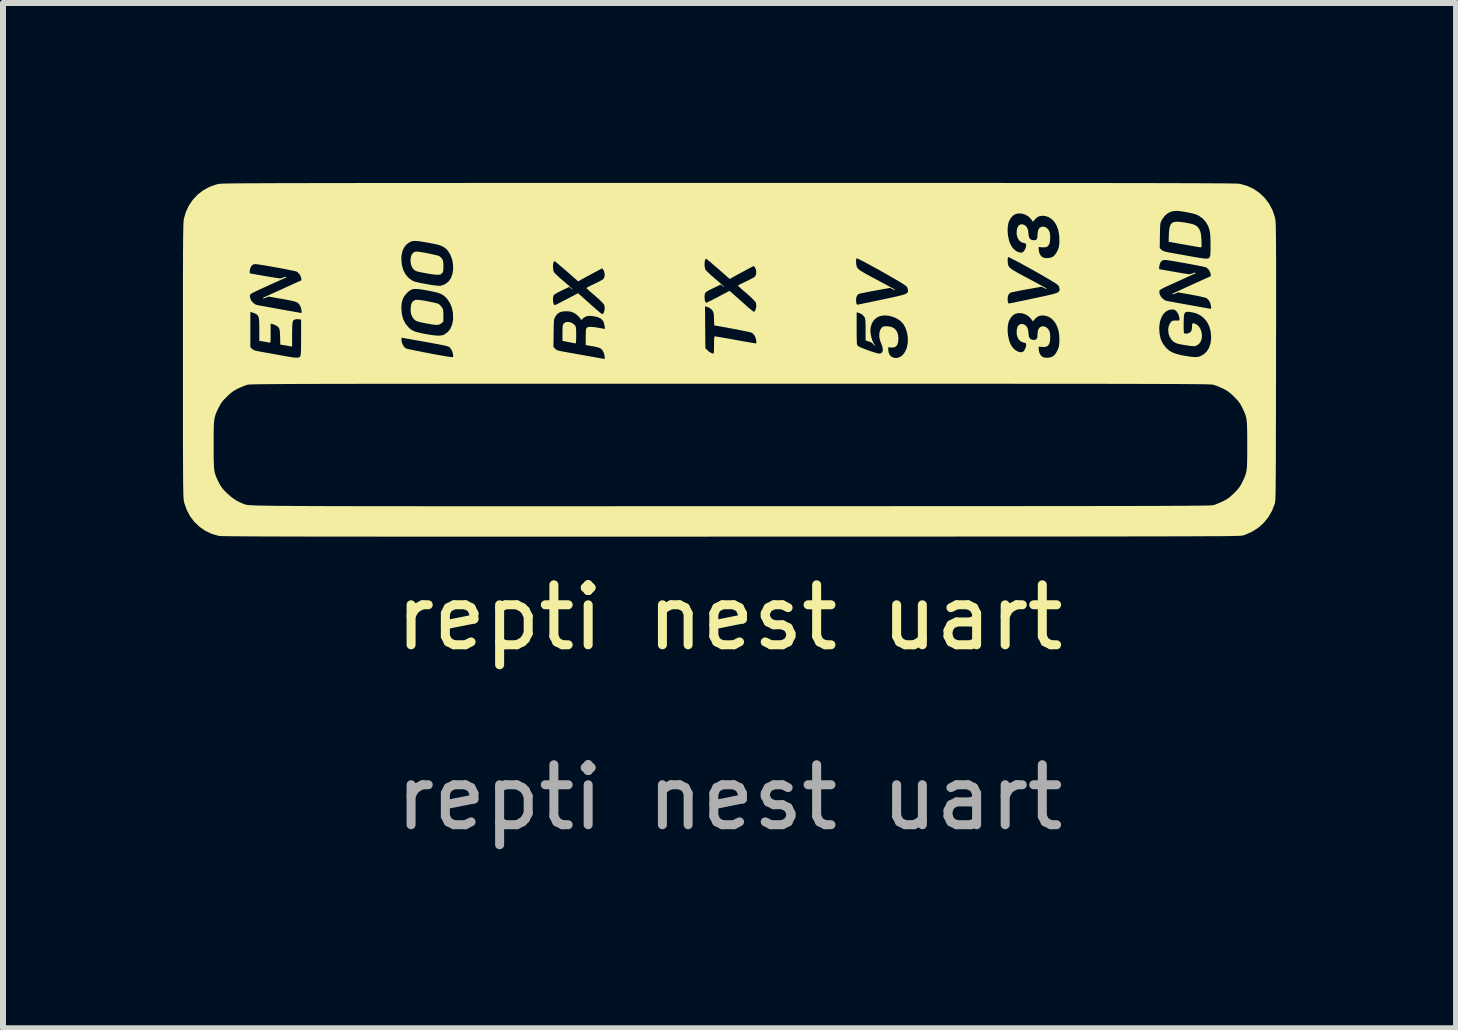
<source format=kicad_pcb>
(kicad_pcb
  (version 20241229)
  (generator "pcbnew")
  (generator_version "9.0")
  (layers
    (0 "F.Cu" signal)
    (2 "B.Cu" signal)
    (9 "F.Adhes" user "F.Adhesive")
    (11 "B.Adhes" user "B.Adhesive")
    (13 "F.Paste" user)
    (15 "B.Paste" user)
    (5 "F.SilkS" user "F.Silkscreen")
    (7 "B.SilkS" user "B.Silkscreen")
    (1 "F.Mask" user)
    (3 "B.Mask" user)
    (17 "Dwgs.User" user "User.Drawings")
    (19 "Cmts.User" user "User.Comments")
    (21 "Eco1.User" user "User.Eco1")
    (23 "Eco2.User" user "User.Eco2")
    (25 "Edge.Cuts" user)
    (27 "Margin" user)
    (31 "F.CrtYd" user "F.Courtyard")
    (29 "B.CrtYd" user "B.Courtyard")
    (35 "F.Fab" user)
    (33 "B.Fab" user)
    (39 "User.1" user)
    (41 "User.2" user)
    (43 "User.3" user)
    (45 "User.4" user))
  (footprint "repti nest uart"
    (layer "F.Cu")
    (at 9.113 7.745)
    (property "Reference" "repti nest uart" (at 0 -0.5 0) (unlocked yes) (layer "F.SilkS") (effects (font (size 1 1) (thickness 0.15))))
    (attr smd)
    (fp_poly (pts (xy -2.659 -5.423) (xy -2.619 -5.406) (xy -2.584 -5.379) (xy -2.578 -5.371) (xy -2.569 -5.359) (xy -2.564 -5.344) (xy -2.56 -5.323) (xy -2.558 -5.293) (xy -2.557 -5.25) (xy -2.557 -5.207) (xy -2.557 -5.157) (xy -2.559 -5.115) (xy -2.561 -5.085) (xy -2.563 -5.071) (xy -2.564 -5.07) (xy -2.577 -5.072) (xy -2.604 -5.077) (xy -2.643 -5.084) (xy -2.679 -5.091) (xy -2.786 -5.112) (xy -2.786 -5.243) (xy -2.785 -5.298) (xy -2.784 -5.336) (xy -2.782 -5.362) (xy -2.777 -5.38) (xy -2.77 -5.394) (xy -2.765 -5.401) (xy -2.737 -5.421) (xy -2.7 -5.428)) (stroke (width 0) (type solid)) (fill yes) (layer "F.SilkS"))
    (fp_poly (pts (xy 7.519 -7.095) (xy 7.597 -7.084) (xy 7.623 -7.079) (xy 7.684 -7.067) (xy 7.729 -7.055) (xy 7.762 -7.041) (xy 7.788 -7.025) (xy 7.807 -7.007) (xy 7.83 -6.977) (xy 7.847 -6.941) (xy 7.858 -6.895) (xy 7.865 -6.836) (xy 7.868 -6.787) (xy 7.869 -6.738) (xy 7.87 -6.704) (xy 7.868 -6.685) (xy 7.865 -6.675) (xy 7.858 -6.671) (xy 7.854 -6.671) (xy 7.839 -6.673) (xy 7.808 -6.678) (xy 7.762 -6.686) (xy 7.706 -6.696) (xy 7.641 -6.707) (xy 7.578 -6.718) (xy 7.321 -6.764) (xy 7.324 -6.884) (xy 7.329 -6.954) (xy 7.337 -7.009) (xy 7.353 -7.05) (xy 7.377 -7.078) (xy 7.411 -7.094) (xy 7.458 -7.099)) (stroke (width 0) (type solid)) (fill yes) (layer "F.SilkS"))
    (fp_poly (pts (xy -5.176 -5.794) (xy -5.134 -5.789) (xy -5.084 -5.781) (xy -5.03 -5.771) (xy -4.976 -5.76) (xy -4.926 -5.75) (xy -4.886 -5.74) (xy -4.859 -5.732) (xy -4.854 -5.73) (xy -4.831 -5.712) (xy -4.807 -5.686) (xy -4.798 -5.673) (xy -4.785 -5.653) (xy -4.777 -5.633) (xy -4.773 -5.61) (xy -4.771 -5.577) (xy -4.771 -5.534) (xy -4.771 -5.435) (xy -4.803 -5.406) (xy -4.821 -5.393) (xy -4.84 -5.384) (xy -4.865 -5.379) (xy -4.897 -5.379) (xy -4.939 -5.383) (xy -4.996 -5.392) (xy -5.068 -5.405) (xy -5.071 -5.406) (xy -5.137 -5.419) (xy -5.186 -5.431) (xy -5.222 -5.444) (xy -5.248 -5.46) (xy -5.268 -5.481) (xy -5.285 -5.507) (xy -5.293 -5.522) (xy -5.308 -5.557) (xy -5.315 -5.592) (xy -5.317 -5.636) (xy -5.317 -5.641) (xy -5.312 -5.703) (xy -5.296 -5.749) (xy -5.27 -5.78) (xy -5.232 -5.795) (xy -5.204 -5.797)) (stroke (width 0) (type solid)) (fill yes) (layer "F.SilkS"))
    (fp_poly (pts (xy -5.193 -6.599) (xy -5.152 -6.593) (xy -5.102 -6.585) (xy -5.047 -6.575) (xy -4.991 -6.564) (xy -4.938 -6.552) (xy -4.892 -6.541) (xy -4.857 -6.532) (xy -4.837 -6.524) (xy -4.836 -6.523) (xy -4.807 -6.498) (xy -4.788 -6.473) (xy -4.776 -6.442) (xy -4.771 -6.399) (xy -4.771 -6.357) (xy -4.771 -6.312) (xy -4.773 -6.283) (xy -4.778 -6.263) (xy -4.786 -6.249) (xy -4.795 -6.238) (xy -4.812 -6.223) (xy -4.832 -6.216) (xy -4.862 -6.214) (xy -4.874 -6.214) (xy -4.906 -6.216) (xy -4.951 -6.221) (xy -5.004 -6.229) (xy -5.058 -6.238) (xy -5.059 -6.239) (xy -5.11 -6.248) (xy -5.157 -6.258) (xy -5.195 -6.267) (xy -5.219 -6.273) (xy -5.22 -6.273) (xy -5.257 -6.294) (xy -5.285 -6.326) (xy -5.305 -6.367) (xy -5.316 -6.412) (xy -5.319 -6.46) (xy -5.314 -6.505) (xy -5.301 -6.545) (xy -5.279 -6.577) (xy -5.249 -6.596) (xy -5.222 -6.601)) (stroke (width 0) (type solid)) (fill yes) (layer "F.SilkS"))
    (fp_poly (pts (xy 0.495 -7.745) (xy 0.97 -7.745) (xy 1.427 -7.745) (xy 1.864 -7.745) (xy 2.283 -7.745) (xy 2.685 -7.745) (xy 3.068 -7.745) (xy 3.435 -7.745) (xy 3.785 -7.745) (xy 4.118 -7.745) (xy 4.435 -7.745) (xy 4.737 -7.744) (xy 5.024 -7.744) (xy 5.296 -7.744) (xy 5.553 -7.744) (xy 5.797 -7.744) (xy 6.026 -7.744) (xy 6.243 -7.744) (xy 6.446 -7.743) (xy 6.638 -7.743) (xy 6.817 -7.743) (xy 6.984 -7.743) (xy 7.14 -7.742) (xy 7.286 -7.742) (xy 7.42 -7.742) (xy 7.545 -7.741) (xy 7.66 -7.741) (xy 7.765 -7.741) (xy 7.862 -7.74) (xy 7.95 -7.74) (xy 8.03 -7.739) (xy 8.102 -7.739) (xy 8.167 -7.738) (xy 8.225 -7.738) (xy 8.276 -7.737) (xy 8.321 -7.737) (xy 8.36 -7.736) (xy 8.394 -7.735) (xy 8.423 -7.735) (xy 8.447 -7.734) (xy 8.467 -7.733) (xy 8.483 -7.732) (xy 8.496 -7.731) (xy 8.505 -7.731) (xy 8.512 -7.73) (xy 8.514 -7.729) (xy 8.63 -7.696) (xy 8.738 -7.645) (xy 8.834 -7.579) (xy 8.919 -7.499) (xy 8.99 -7.407) (xy 9.047 -7.303) (xy 9.087 -7.191) (xy 9.098 -7.143) (xy 9.1 -7.133) (xy 9.101 -7.12) (xy 9.103 -7.104) (xy 9.104 -7.084) (xy 9.105 -7.06) (xy 9.107 -7.03) (xy 9.108 -6.993) (xy 9.108 -6.949) (xy 9.109 -6.898) (xy 9.11 -6.837) (xy 9.11 -6.768) (xy 9.111 -6.688) (xy 9.111 -6.597) (xy 9.112 -6.494) (xy 9.112 -6.379) (xy 9.112 -6.251) (xy 9.112 -6.108) (xy 9.112 -5.951) (xy 9.112 -5.778) (xy 9.112 -5.589) (xy 9.112 -5.383) (xy 9.111 -5.159) (xy 9.111 -4.916) (xy 9.111 -4.76) (xy 9.111 -4.507) (xy 9.11 -4.273) (xy 9.11 -4.058) (xy 9.11 -3.86) (xy 9.109 -3.679) (xy 9.109 -3.514) (xy 9.109 -3.364) (xy 9.108 -3.229) (xy 9.108 -3.107) (xy 9.107 -2.999) (xy 9.107 -2.902) (xy 9.106 -2.817) (xy 9.105 -2.743) (xy 9.105 -2.678) (xy 9.104 -2.623) (xy 9.103 -2.576) (xy 9.102 -2.536) (xy 9.101 -2.503) (xy 9.1 -2.476) (xy 9.098 -2.454) (xy 9.097 -2.437) (xy 9.095 -2.424) (xy 9.094 -2.413) (xy 9.092 -2.404) (xy 9.09 -2.397) (xy 9.045 -2.28) (xy 8.983 -2.173) (xy 8.907 -2.079) (xy 8.817 -1.998) (xy 8.714 -1.932) (xy 8.6 -1.881) (xy 8.561 -1.868) (xy 8.557 -1.867) (xy 8.552 -1.866) (xy 8.546 -1.865) (xy 8.537 -1.864) (xy 8.527 -1.863) (xy 8.514 -1.863) (xy 8.497 -1.862) (xy 8.478 -1.861) (xy 8.454 -1.86) (xy 8.426 -1.86) (xy 8.394 -1.859) (xy 8.357 -1.858) (xy 8.314 -1.858) (xy 8.265 -1.857) (xy 8.21 -1.856) (xy 8.149 -1.856) (xy 8.08 -1.855) (xy 8.004 -1.855) (xy 7.921 -1.855) (xy 7.829 -1.854) (xy 7.729 -1.854) (xy 7.619 -1.853) (xy 7.501 -1.853) (xy 7.372 -1.853) (xy 7.233 -1.852) (xy 7.084 -1.852) (xy 6.924 -1.852) (xy 6.752 -1.852) (xy 6.569 -1.851) (xy 6.374 -1.851) (xy 6.166 -1.851) (xy 5.945 -1.851) (xy 5.711 -1.85) (xy 5.463 -1.85) (xy 5.201 -1.85) (xy 4.924 -1.85) (xy 4.633 -1.85) (xy 4.326 -1.85) (xy 4.003 -1.85) (xy 3.665 -1.849) (xy 3.31 -1.849) (xy 2.938 -1.849) (xy 2.548 -1.849) (xy 2.142 -1.849) (xy 1.717 -1.849) (xy 1.273 -1.849) (xy 0.811 -1.849) (xy 0.329 -1.849) (xy 0.025 -1.849) (xy -0.473 -1.848) (xy -0.951 -1.848) (xy -1.411 -1.848) (xy -1.851 -1.848) (xy -2.273 -1.848) (xy -2.677 -1.848) (xy -3.064 -1.848) (xy -3.433 -1.848) (xy -3.786 -1.848) (xy -4.122 -1.848) (xy -4.442 -1.848) (xy -4.746 -1.848) (xy -5.035 -1.848) (xy -5.31 -1.848) (xy -5.569 -1.848) (xy -5.815 -1.848) (xy -6.047 -1.849) (xy -6.265 -1.849) (xy -6.471 -1.849) (xy -6.664 -1.849) (xy -6.845 -1.849) (xy -7.013 -1.849) (xy -7.171 -1.85) (xy -7.317 -1.85) (xy -7.453 -1.85) (xy -7.579 -1.851) (xy -7.694 -1.851) (xy -7.801 -1.851) (xy -7.898 -1.852) (xy -7.986 -1.852) (xy -8.066 -1.853) (xy -8.138 -1.853) (xy -8.202 -1.854) (xy -8.259 -1.854) (xy -8.31 -1.855) (xy -8.354 -1.855) (xy -8.392 -1.856) (xy -8.424 -1.857) (xy -8.451 -1.857) (xy -8.473 -1.858) (xy -8.491 -1.859) (xy -8.504 -1.86) (xy -8.514 -1.861) (xy -8.52 -1.861) (xy -8.521 -1.862) (xy -8.637 -1.896) (xy -8.743 -1.947) (xy -8.839 -2.014) (xy -8.923 -2.095) (xy -8.994 -2.188) (xy -9.049 -2.292) (xy -9.089 -2.405) (xy -9.098 -2.444) (xy -9.099 -2.454) (xy -9.101 -2.467) (xy -9.102 -2.483) (xy -9.104 -2.504) (xy -9.105 -2.53) (xy -9.106 -2.561) (xy -9.107 -2.599) (xy -9.108 -2.645) (xy -9.109 -2.699) (xy -9.11 -2.762) (xy -9.11 -2.834) (xy -9.111 -2.917) (xy -9.111 -3.011) (xy -9.112 -3.117) (xy -9.112 -3.236) (xy -9.113 -3.369) (xy -9.113 -3.377) (xy -8.601 -3.377) (xy -8.601 -3.271) (xy -8.601 -3.182) (xy -8.599 -3.108) (xy -8.597 -3.047) (xy -8.594 -2.996) (xy -8.589 -2.954) (xy -8.583 -2.917) (xy -8.574 -2.884) (xy -8.562 -2.852) (xy -8.548 -2.819) (xy -8.531 -2.783) (xy -8.52 -2.76) (xy -8.497 -2.716) (xy -8.475 -2.68) (xy -8.45 -2.646) (xy -8.417 -2.61) (xy -8.383 -2.576) (xy -8.305 -2.507) (xy -8.227 -2.453) (xy -8.143 -2.41) (xy -8.107 -2.396) (xy -8.1 -2.394) (xy -8.094 -2.391) (xy -8.089 -2.389) (xy -8.083 -2.387) (xy -8.077 -2.385) (xy -8.07 -2.383) (xy -8.062 -2.381) (xy -8.052 -2.379) (xy -8.039 -2.377) (xy -8.025 -2.375) (xy -8.007 -2.374) (xy -7.986 -2.372) (xy -7.961 -2.371) (xy -7.932 -2.37) (xy -7.898 -2.368) (xy -7.86 -2.367) (xy -7.816 -2.366) (xy -7.766 -2.365) (xy -7.71 -2.364) (xy -7.647 -2.363) (xy -7.577 -2.362) (xy -7.5 -2.361) (xy -7.415 -2.361) (xy -7.322 -2.36) (xy -7.22 -2.359) (xy -7.109 -2.359) (xy -6.988 -2.358) (xy -6.857 -2.358) (xy -6.717 -2.357) (xy -6.565 -2.357) (xy -6.402 -2.357) (xy -6.228 -2.356) (xy -6.042 -2.356) (xy -5.844 -2.356) (xy -5.632 -2.356) (xy -5.408 -2.356) (xy -5.17 -2.355) (xy -4.918 -2.355) (xy -4.652 -2.355) (xy -4.37 -2.355) (xy -4.074 -2.355) (xy -3.762 -2.355) (xy -3.434 -2.355) (xy -3.089 -2.355) (xy -2.728 -2.355) (xy -2.349 -2.355) (xy -1.953 -2.355) (xy -1.539 -2.356) (xy -1.106 -2.356) (xy -0.654 -2.356) (xy -0.183 -2.356) (xy 0.045 -2.356) (xy 0.523 -2.356) (xy 0.983 -2.356) (xy 1.423 -2.356) (xy 1.844 -2.356) (xy 2.247 -2.356) (xy 2.632 -2.356) (xy 3 -2.357) (xy 3.351 -2.357) (xy 3.685 -2.357) (xy 4.003 -2.357) (xy 4.305 -2.357) (xy 4.591 -2.357) (xy 4.863 -2.357) (xy 5.12 -2.358) (xy 5.363 -2.358) (xy 5.592 -2.358) (xy 5.808 -2.358) (xy 6.01 -2.358) (xy 6.2 -2.359) (xy 6.378 -2.359) (xy 6.544 -2.359) (xy 6.699 -2.359) (xy 6.843 -2.36) (xy 6.977 -2.36) (xy 7.1 -2.36) (xy 7.213 -2.361) (xy 7.318 -2.361) (xy 7.413 -2.362) (xy 7.5 -2.362) (xy 7.579 -2.362) (xy 7.65 -2.363) (xy 7.714 -2.364) (xy 7.771 -2.364) (xy 7.821 -2.365) (xy 7.865 -2.365) (xy 7.904 -2.366) (xy 7.938 -2.367) (xy 7.967 -2.367) (xy 7.991 -2.368) (xy 8.011 -2.369) (xy 8.028 -2.37) (xy 8.042 -2.371) (xy 8.052 -2.372) (xy 8.061 -2.372) (xy 8.067 -2.373) (xy 8.072 -2.374) (xy 8.074 -2.375) (xy 8.109 -2.387) (xy 8.155 -2.406) (xy 8.204 -2.427) (xy 8.228 -2.439) (xy 8.273 -2.462) (xy 8.31 -2.485) (xy 8.345 -2.512) (xy 8.384 -2.547) (xy 8.413 -2.575) (xy 8.455 -2.618) (xy 8.486 -2.654) (xy 8.51 -2.687) (xy 8.532 -2.725) (xy 8.55 -2.76) (xy 8.569 -2.8) (xy 8.585 -2.835) (xy 8.598 -2.867) (xy 8.608 -2.899) (xy 8.616 -2.933) (xy 8.622 -2.972) (xy 8.626 -3.018) (xy 8.628 -3.073) (xy 8.63 -3.14) (xy 8.631 -3.22) (xy 8.631 -3.317) (xy 8.631 -3.377) (xy 8.631 -3.484) (xy 8.63 -3.573) (xy 8.629 -3.647) (xy 8.627 -3.708) (xy 8.624 -3.758) (xy 8.619 -3.801) (xy 8.612 -3.837) (xy 8.604 -3.87) (xy 8.592 -3.902) (xy 8.578 -3.935) (xy 8.561 -3.972) (xy 8.55 -3.994) (xy 8.527 -4.039) (xy 8.505 -4.075) (xy 8.479 -4.109) (xy 8.446 -4.145) (xy 8.413 -4.179) (xy 8.369 -4.222) (xy 8.332 -4.253) (xy 8.297 -4.278) (xy 8.257 -4.301) (xy 8.228 -4.316) (xy 8.18 -4.338) (xy 8.13 -4.359) (xy 8.086 -4.374) (xy 8.069 -4.38) (xy 8.064 -4.381) (xy 8.058 -4.382) (xy 8.051 -4.383) (xy 8.041 -4.384) (xy 8.028 -4.384) (xy 8.013 -4.385) (xy 7.994 -4.386) (xy 7.971 -4.387) (xy 7.944 -4.388) (xy 7.912 -4.388) (xy 7.876 -4.389) (xy 7.834 -4.39) (xy 7.786 -4.39) (xy 7.731 -4.391) (xy 7.67 -4.391) (xy 7.602 -4.392) (xy 7.527 -4.392) (xy 7.444 -4.393) (xy 7.352 -4.393) (xy 7.251 -4.393) (xy 7.142 -4.394) (xy 7.023 -4.394) (xy 6.894 -4.394) (xy 6.755 -4.395) (xy 6.604 -4.395) (xy 6.443 -4.395) (xy 6.27 -4.396) (xy 6.086 -4.396) (xy 5.889 -4.396) (xy 5.679 -4.396) (xy 5.456 -4.396) (xy 5.219 -4.396) (xy 4.968 -4.396) (xy 4.703 -4.397) (xy 4.423 -4.397) (xy 4.128 -4.397) (xy 3.817 -4.397) (xy 3.49 -4.397) (xy 3.147 -4.397) (xy 2.787 -4.397) (xy 2.41 -4.397) (xy 2.015 -4.397) (xy 1.602 -4.397) (xy 1.17 -4.397) (xy 0.719 -4.397) (xy 0.25 -4.397) (xy 0.015 -4.397) (xy -0.464 -4.397) (xy -0.924 -4.397) (xy -1.365 -4.397) (xy -1.787 -4.397) (xy -2.191 -4.397) (xy -2.576 -4.397) (xy -2.945 -4.397) (xy -3.296 -4.397) (xy -3.631 -4.397) (xy -3.949 -4.397) (xy -4.252 -4.397) (xy -4.539 -4.397) (xy -4.812 -4.397) (xy -5.069 -4.396) (xy -5.313 -4.396) (xy -5.542 -4.396) (xy -5.759 -4.396) (xy -5.962 -4.396) (xy -6.153 -4.396) (xy -6.331 -4.395) (xy -6.498 -4.395) (xy -6.653 -4.395) (xy -6.798 -4.395) (xy -6.932 -4.394) (xy -7.056 -4.394) (xy -7.17 -4.394) (xy -7.274 -4.393) (xy -7.37 -4.393) (xy -7.458 -4.392) (xy -7.537 -4.392) (xy -7.609 -4.391) (xy -7.673 -4.391) (xy -7.73 -4.39) (xy -7.781 -4.39) (xy -7.826 -4.389) (xy -7.865 -4.389) (xy -7.899 -4.388) (xy -7.929 -4.387) (xy -7.953 -4.386) (xy -7.974 -4.386) (xy -7.991 -4.385) (xy -8.005 -4.384) (xy -8.016 -4.383) (xy -8.025 -4.382) (xy -8.032 -4.381) (xy -8.037 -4.38) (xy -8.039 -4.38) (xy -8.077 -4.367) (xy -8.125 -4.349) (xy -8.174 -4.327) (xy -8.198 -4.316) (xy -8.243 -4.292) (xy -8.28 -4.269) (xy -8.315 -4.242) (xy -8.354 -4.207) (xy -8.383 -4.179) (xy -8.425 -4.136) (xy -8.456 -4.101) (xy -8.48 -4.067) (xy -8.502 -4.029) (xy -8.52 -3.994) (xy -8.539 -3.955) (xy -8.555 -3.92) (xy -8.568 -3.888) (xy -8.578 -3.855) (xy -8.586 -3.821) (xy -8.592 -3.782) (xy -8.596 -3.737) (xy -8.599 -3.682) (xy -8.6 -3.615) (xy -8.601 -3.535) (xy -8.601 -3.438) (xy -8.601 -3.377) (xy -9.113 -3.377) (xy -9.113 -3.516) (xy -9.113 -3.678) (xy -9.113 -3.856) (xy -9.113 -4.051) (xy -9.113 -4.263) (xy -9.113 -4.493) (xy -9.113 -4.742) (xy -9.113 -4.795) (xy -9.113 -5.048) (xy -9.113 -5.282) (xy -9.113 -5.498) (xy -9.113 -5.594) (xy -7.989 -5.594) (xy -7.989 -5.007) (xy -7.962 -4.98) (xy -7.944 -4.966) (xy -7.922 -4.955) (xy -7.89 -4.946) (xy -7.844 -4.936) (xy -7.84 -4.936) (xy -7.802 -4.929) (xy -7.749 -4.919) (xy -7.686 -4.908) (xy -7.615 -4.895) (xy -7.542 -4.882) (xy -7.507 -4.875) (xy -7.417 -4.859) (xy -7.345 -4.847) (xy -7.289 -4.838) (xy -7.246 -4.833) (xy -7.214 -4.832) (xy -7.191 -4.833) (xy -7.175 -4.838) (xy -7.164 -4.846) (xy -7.159 -4.852) (xy -7.154 -4.861) (xy -7.151 -4.875) (xy -7.148 -4.896) (xy -7.146 -4.926) (xy -7.145 -4.968) (xy -7.144 -5.024) (xy -7.144 -5.096) (xy -7.143 -5.131) (xy -5.47 -5.131) (xy -5.466 -5.093) (xy -5.45 -5.051) (xy -5.426 -5.013) (xy -5.398 -4.988) (xy -5.397 -4.987) (xy -5.382 -4.982) (xy -5.35 -4.974) (xy -5.304 -4.964) (xy -5.246 -4.952) (xy -5.179 -4.939) (xy -5.107 -4.924) (xy -5.031 -4.91) (xy -4.954 -4.895) (xy -4.879 -4.881) (xy -4.809 -4.869) (xy -4.746 -4.858) (xy -4.693 -4.849) (xy -4.653 -4.843) (xy -4.629 -4.841) (xy -4.627 -4.841) (xy -4.613 -4.842) (xy -4.607 -4.849) (xy -4.608 -4.868) (xy -4.61 -4.886) (xy -4.626 -4.945) (xy -4.656 -4.992) (xy -4.674 -5.009) (xy -2.936 -5.009) (xy -2.908 -4.981) (xy -2.891 -4.966) (xy -2.869 -4.955) (xy -2.838 -4.946) (xy -2.793 -4.937) (xy -2.786 -4.936) (xy -2.751 -4.929) (xy -2.701 -4.92) (xy -2.638 -4.909) (xy -2.565 -4.896) (xy -2.488 -4.882) (xy -2.408 -4.868) (xy -2.393 -4.865) (xy -2.318 -4.852) (xy -2.25 -4.84) (xy -2.19 -4.829) (xy -2.141 -4.82) (xy -2.107 -4.814) (xy -2.088 -4.811) (xy -2.086 -4.811) (xy -2.081 -4.819) (xy -2.081 -4.841) (xy -2.082 -4.853) (xy -2.094 -4.908) (xy -2.118 -4.954) (xy -2.149 -4.986) (xy -2.153 -4.988) (xy -2.176 -4.998) (xy -2.214 -5.008) (xy -2.26 -5.019) (xy -2.291 -5.024) (xy -2.398 -5.042) (xy -2.398 -5.176) (xy -2.397 -5.233) (xy -2.396 -5.273) (xy -2.393 -5.3) (xy -2.388 -5.317) (xy -2.382 -5.328) (xy -2.381 -5.329) (xy -2.364 -5.34) (xy -2.336 -5.346) (xy -2.295 -5.345) (xy -2.239 -5.339) (xy -2.175 -5.328) (xy -2.077 -5.311) (xy -2.083 -5.36) (xy -2.095 -5.415) (xy -2.117 -5.457) (xy -2.152 -5.487) (xy -2.202 -5.509) (xy -2.257 -5.521) (xy -2.317 -5.528) (xy -2.364 -5.527) (xy -2.4 -5.516) (xy -2.432 -5.496) (xy -2.444 -5.485) (xy -2.463 -5.468) (xy -2.475 -5.461) (xy -2.477 -5.463) (xy -2.485 -5.481) (xy -2.505 -5.506) (xy -2.532 -5.533) (xy -2.563 -5.559) (xy -2.593 -5.578) (xy -2.601 -5.582) (xy -2.638 -5.596) (xy -2.677 -5.604) (xy -2.726 -5.606) (xy -2.79 -5.601) (xy -2.839 -5.584) (xy -2.877 -5.555) (xy -2.905 -5.516) (xy -2.913 -5.501) (xy -2.919 -5.487) (xy -2.924 -5.47) (xy -2.927 -5.448) (xy -2.929 -5.418) (xy -2.931 -5.377) (xy -2.932 -5.322) (xy -2.933 -5.25) (xy -2.933 -5.24) (xy -2.936 -5.009) (xy -4.674 -5.009) (xy -4.676 -5.011) (xy -4.689 -5.017) (xy -4.714 -5.025) (xy -4.751 -5.034) (xy -4.802 -5.045) (xy -4.869 -5.058) (xy -4.952 -5.073) (xy -5.054 -5.092) (xy -5.084 -5.097) (xy -5.467 -5.165) (xy -5.47 -5.131) (xy -7.143 -5.131) (xy -7.143 -5.17) (xy -7.143 -5.465) (xy -7.173 -5.472) (xy -7.206 -5.474) (xy -7.233 -5.472) (xy -7.252 -5.466) (xy -7.266 -5.458) (xy -7.277 -5.445) (xy -7.284 -5.424) (xy -7.289 -5.392) (xy -7.291 -5.348) (xy -7.292 -5.289) (xy -7.293 -5.22) (xy -7.293 -5.017) (xy -7.325 -5.022) (xy -7.352 -5.027) (xy -7.39 -5.034) (xy -7.424 -5.039) (xy -7.49 -5.05) (xy -7.493 -5.177) (xy -7.495 -5.235) (xy -7.499 -5.277) (xy -7.504 -5.305) (xy -7.511 -5.324) (xy -7.513 -5.329) (xy -7.54 -5.355) (xy -7.581 -5.378) (xy -7.623 -5.392) (xy -7.651 -5.399) (xy -7.651 -5.238) (xy -7.651 -5.178) (xy -7.652 -5.135) (xy -7.653 -5.107) (xy -7.656 -5.091) (xy -7.66 -5.083) (xy -7.665 -5.082) (xy -7.668 -5.082) (xy -7.686 -5.086) (xy -7.717 -5.092) (xy -7.756 -5.099) (xy -7.763 -5.1) (xy -7.84 -5.112) (xy -7.84 -5.3) (xy -7.84 -5.374) (xy -7.842 -5.43) (xy -7.845 -5.473) (xy -7.851 -5.503) (xy -7.859 -5.526) (xy -7.871 -5.542) (xy -7.887 -5.555) (xy -7.892 -5.559) (xy -7.918 -5.572) (xy -7.95 -5.583) (xy -7.952 -5.584) (xy -7.989 -5.594) (xy -9.113 -5.594) (xy -9.113 -5.696) (xy -9.113 -5.877) (xy -9.113 -6.042) (xy -9.113 -6.192) (xy -9.113 -6.237) (xy -7.999 -6.237) (xy -7.758 -6.195) (xy -7.69 -6.183) (xy -7.628 -6.173) (xy -7.574 -6.164) (xy -7.531 -6.158) (xy -7.504 -6.154) (xy -7.494 -6.153) (xy -7.471 -6.157) (xy -7.442 -6.168) (xy -7.437 -6.17) (xy -7.413 -6.179) (xy -7.397 -6.18) (xy -7.395 -6.178) (xy -7.394 -6.168) (xy -7.397 -6.166) (xy -7.408 -6.161) (xy -7.435 -6.149) (xy -7.476 -6.131) (xy -7.528 -6.107) (xy -7.59 -6.08) (xy -7.658 -6.049) (xy -7.701 -6.029) (xy -7.781 -5.993) (xy -7.846 -5.963) (xy -7.896 -5.94) (xy -7.933 -5.922) (xy -7.96 -5.908) (xy -7.977 -5.897) (xy -7.988 -5.887) (xy -7.994 -5.879) (xy -7.997 -5.871) (xy -7.997 -5.866) (xy -7.992 -5.824) (xy -7.972 -5.782) (xy -7.941 -5.745) (xy -7.902 -5.718) (xy -7.877 -5.71) (xy -7.861 -5.706) (xy -7.829 -5.7) (xy -7.783 -5.692) (xy -7.727 -5.682) (xy -7.661 -5.67) (xy -7.59 -5.657) (xy -7.516 -5.644) (xy -7.442 -5.63) (xy -7.37 -5.617) (xy -7.303 -5.606) (xy -7.244 -5.595) (xy -7.196 -5.587) (xy -7.161 -5.58) (xy -7.142 -5.577) (xy -7.14 -5.577) (xy -7.135 -5.585) (xy -7.135 -5.607) (xy -7.136 -5.62) (xy -7.146 -5.663) (xy -5.472 -5.663) (xy -5.464 -5.562) (xy -5.441 -5.474) (xy -5.402 -5.398) (xy -5.353 -5.339) (xy -5.325 -5.313) (xy -5.298 -5.293) (xy -5.266 -5.276) (xy -5.228 -5.262) (xy -5.178 -5.249) (xy -5.115 -5.235) (xy -5.079 -5.228) (xy -4.988 -5.213) (xy -4.915 -5.203) (xy -4.856 -5.199) (xy -4.809 -5.202) (xy -4.773 -5.21) (xy -4.758 -5.217) (xy -4.7 -5.257) (xy -4.656 -5.312) (xy -4.626 -5.381) (xy -4.61 -5.462) (xy -4.609 -5.481) (xy -4.611 -5.577) (xy -4.63 -5.668) (xy -4.665 -5.749) (xy -4.703 -5.805) (xy -2.944 -5.805) (xy -2.942 -5.769) (xy -2.936 -5.738) (xy -2.926 -5.716) (xy -2.913 -5.707) (xy -2.911 -5.707) (xy -2.899 -5.713) (xy -2.873 -5.726) (xy -2.834 -5.745) (xy -2.786 -5.77) (xy -2.732 -5.798) (xy -2.713 -5.808) (xy -2.526 -5.906) (xy -2.464 -5.852) (xy -2.436 -5.826) (xy -2.397 -5.792) (xy -2.351 -5.751) (xy -2.302 -5.707) (xy -2.268 -5.677) (xy -2.225 -5.639) (xy -2.185 -5.605) (xy -2.153 -5.579) (xy -2.131 -5.562) (xy -2.121 -5.557) (xy -2.109 -5.565) (xy -2.096 -5.585) (xy -2.094 -5.591) (xy -2.08 -5.645) (xy -2.085 -5.688) (xy -0.409 -5.688) (xy -0.406 -5.339) (xy -0.403 -4.99) (xy -0.373 -4.959) (xy -0.342 -4.932) (xy -0.307 -4.911) (xy -0.277 -4.9) (xy -0.271 -4.9) (xy -0.266 -4.905) (xy -0.262 -4.922) (xy -0.26 -4.952) (xy -0.259 -4.999) (xy -0.259 -5.044) (xy -0.258 -5.104) (xy -0.257 -5.146) (xy -0.254 -5.172) (xy -0.25 -5.185) (xy -0.246 -5.188) (xy -0.234 -5.186) (xy -0.204 -5.181) (xy -0.16 -5.174) (xy -0.103 -5.164) (xy -0.035 -5.152) (xy 0.04 -5.139) (xy 0.099 -5.128) (xy 0.179 -5.114) (xy 0.251 -5.101) (xy 0.316 -5.09) (xy 0.369 -5.081) (xy 0.41 -5.074) (xy 0.434 -5.07) (xy 0.442 -5.069) (xy 0.447 -5.077) (xy 0.447 -5.099) (xy 0.442 -5.129) (xy 0.434 -5.161) (xy 0.423 -5.189) (xy 0.421 -5.194) (xy 0.398 -5.225) (xy 0.369 -5.248) (xy 0.367 -5.249) (xy 0.352 -5.253) (xy 0.32 -5.261) (xy 0.275 -5.271) (xy 0.219 -5.282) (xy 0.155 -5.295) (xy 0.088 -5.308) (xy 0.019 -5.321) (xy -0.049 -5.334) (xy -0.111 -5.345) (xy -0.166 -5.355) (xy -0.21 -5.362) (xy -0.24 -5.366) (xy -0.251 -5.367) (xy -0.254 -5.376) (xy -0.257 -5.401) (xy -0.258 -5.438) (xy -0.259 -5.468) (xy -0.26 -5.526) (xy -0.265 -5.568) (xy -0.27 -5.588) (xy 2.119 -5.588) (xy 2.119 -5.32) (xy 2.119 -5.239) (xy 2.12 -5.175) (xy 2.121 -5.127) (xy 2.122 -5.091) (xy 2.124 -5.066) (xy 2.127 -5.049) (xy 2.131 -5.038) (xy 2.137 -5.03) (xy 2.152 -5.02) (xy 2.182 -5.005) (xy 2.224 -4.988) (xy 2.273 -4.969) (xy 2.325 -4.949) (xy 2.377 -4.932) (xy 2.425 -4.916) (xy 2.464 -4.905) (xy 2.492 -4.9) (xy 2.497 -4.899) (xy 2.53 -4.907) (xy 2.549 -4.929) (xy 2.556 -4.963) (xy 2.55 -5.008) (xy 2.531 -5.062) (xy 2.527 -5.07) (xy 2.506 -5.129) (xy 2.496 -5.188) (xy 2.498 -5.244) (xy 2.511 -5.292) (xy 2.534 -5.329) (xy 2.558 -5.348) (xy 2.581 -5.354) (xy 2.617 -5.356) (xy 2.642 -5.355) (xy 2.703 -5.343) (xy 2.752 -5.316) (xy 2.787 -5.274) (xy 2.809 -5.219) (xy 2.816 -5.153) (xy 2.811 -5.09) (xy 2.796 -5.045) (xy 2.77 -5.015) (xy 2.732 -5.002) (xy 2.692 -5.001) (xy 2.646 -5.006) (xy 2.646 -4.959) (xy 2.655 -4.908) (xy 2.677 -4.867) (xy 2.712 -4.84) (xy 2.755 -4.827) (xy 2.804 -4.83) (xy 2.847 -4.846) (xy 2.885 -4.875) (xy 2.919 -4.919) (xy 2.947 -4.975) (xy 2.957 -5.003) (xy 2.972 -5.084) (xy 2.972 -5.169) (xy 2.958 -5.254) (xy 2.952 -5.273) (xy 4.636 -5.273) (xy 4.645 -5.191) (xy 4.663 -5.113) (xy 4.686 -5.055) (xy 4.715 -5.008) (xy 4.751 -4.969) (xy 4.792 -4.941) (xy 4.833 -4.925) (xy 4.871 -4.923) (xy 4.89 -4.929) (xy 4.911 -4.949) (xy 4.929 -4.982) (xy 4.942 -5.02) (xy 4.945 -5.048) (xy 4.943 -5.066) (xy 4.932 -5.076) (xy 4.909 -5.082) (xy 4.904 -5.083) (xy 4.86 -5.099) (xy 4.824 -5.131) (xy 4.8 -5.175) (xy 4.787 -5.228) (xy 4.788 -5.287) (xy 4.796 -5.33) (xy 4.815 -5.368) (xy 4.844 -5.389) (xy 4.881 -5.394) (xy 4.888 -5.393) (xy 4.929 -5.376) (xy 4.959 -5.343) (xy 4.978 -5.295) (xy 4.984 -5.233) (xy 4.984 -5.232) (xy 4.991 -5.183) (xy 5.009 -5.15) (xy 5.04 -5.132) (xy 5.073 -5.128) (xy 5.103 -5.132) (xy 5.121 -5.145) (xy 5.131 -5.171) (xy 5.134 -5.213) (xy 5.134 -5.218) (xy 5.137 -5.255) (xy 5.144 -5.291) (xy 5.148 -5.303) (xy 5.17 -5.335) (xy 5.2 -5.352) (xy 5.234 -5.355) (xy 5.269 -5.345) (xy 5.301 -5.322) (xy 5.326 -5.289) (xy 5.34 -5.25) (xy 5.345 -5.206) (xy 5.346 -5.156) (xy 5.342 -5.109) (xy 5.333 -5.071) (xy 5.329 -5.06) (xy 5.309 -5.032) (xy 5.282 -5.016) (xy 5.245 -5.01) (xy 5.212 -5.011) (xy 5.154 -5.015) (xy 5.154 -4.977) (xy 5.162 -4.923) (xy 5.185 -4.876) (xy 5.21 -4.85) (xy 5.243 -4.835) (xy 5.286 -4.83) (xy 5.333 -4.833) (xy 5.377 -4.846) (xy 5.4 -4.86) (xy 5.423 -4.883) (xy 5.447 -4.917) (xy 5.464 -4.947) (xy 5.479 -4.981) (xy 5.489 -5.012) (xy 5.495 -5.046) (xy 5.499 -5.092) (xy 5.499 -5.106) (xy 5.497 -5.202) (xy 5.483 -5.288) (xy 5.474 -5.314) (xy 7.164 -5.314) (xy 7.171 -5.218) (xy 7.191 -5.135) (xy 7.227 -5.062) (xy 7.278 -4.997) (xy 7.284 -4.99) (xy 7.323 -4.956) (xy 7.366 -4.928) (xy 7.415 -4.906) (xy 7.476 -4.887) (xy 7.551 -4.87) (xy 7.572 -4.866) (xy 7.65 -4.853) (xy 7.712 -4.845) (xy 7.761 -4.842) (xy 7.801 -4.844) (xy 7.834 -4.851) (xy 7.842 -4.854) (xy 7.904 -4.886) (xy 7.955 -4.934) (xy 7.993 -4.995) (xy 8.018 -5.068) (xy 8.029 -5.153) (xy 8.029 -5.173) (xy 8.021 -5.268) (xy 7.998 -5.354) (xy 7.96 -5.429) (xy 7.909 -5.491) (xy 7.846 -5.54) (xy 7.772 -5.574) (xy 7.726 -5.585) (xy 7.675 -5.594) (xy 7.637 -5.597) (xy 7.61 -5.593) (xy 7.591 -5.579) (xy 7.58 -5.553) (xy 7.574 -5.514) (xy 7.572 -5.459) (xy 7.571 -5.395) (xy 7.571 -5.336) (xy 7.572 -5.294) (xy 7.574 -5.266) (xy 7.576 -5.248) (xy 7.581 -5.239) (xy 7.587 -5.234) (xy 7.591 -5.233) (xy 7.62 -5.232) (xy 7.654 -5.241) (xy 7.684 -5.258) (xy 7.696 -5.271) (xy 7.705 -5.296) (xy 7.71 -5.335) (xy 7.711 -5.349) (xy 7.712 -5.385) (xy 7.72 -5.403) (xy 7.736 -5.406) (xy 7.765 -5.396) (xy 7.777 -5.39) (xy 7.817 -5.361) (xy 7.847 -5.319) (xy 7.866 -5.268) (xy 7.876 -5.213) (xy 7.873 -5.158) (xy 7.859 -5.108) (xy 7.832 -5.067) (xy 7.825 -5.06) (xy 7.796 -5.039) (xy 7.765 -5.026) (xy 7.757 -5.024) (xy 7.735 -5.023) (xy 7.698 -5.026) (xy 7.651 -5.032) (xy 7.6 -5.04) (xy 7.548 -5.049) (xy 7.5 -5.058) (xy 7.462 -5.068) (xy 7.454 -5.07) (xy 7.405 -5.095) (xy 7.366 -5.135) (xy 7.336 -5.184) (xy 7.318 -5.24) (xy 7.313 -5.298) (xy 7.321 -5.355) (xy 7.343 -5.406) (xy 7.357 -5.424) (xy 7.372 -5.44) (xy 7.389 -5.448) (xy 7.414 -5.451) (xy 7.441 -5.451) (xy 7.474 -5.45) (xy 7.493 -5.453) (xy 7.5 -5.46) (xy 7.502 -5.473) (xy 7.502 -5.474) (xy 7.495 -5.522) (xy 7.476 -5.569) (xy 7.45 -5.607) (xy 7.449 -5.607) (xy 7.425 -5.627) (xy 7.397 -5.635) (xy 7.376 -5.636) (xy 7.321 -5.626) (xy 7.272 -5.6) (xy 7.231 -5.557) (xy 7.199 -5.501) (xy 7.176 -5.432) (xy 7.165 -5.353) (xy 7.164 -5.314) (xy 5.474 -5.314) (xy 5.457 -5.364) (xy 5.42 -5.428) (xy 5.374 -5.479) (xy 5.319 -5.514) (xy 5.257 -5.533) (xy 5.22 -5.536) (xy 5.167 -5.53) (xy 5.124 -5.508) (xy 5.087 -5.472) (xy 5.058 -5.437) (xy 5.026 -5.48) (xy 4.984 -5.524) (xy 4.931 -5.555) (xy 4.873 -5.573) (xy 4.814 -5.575) (xy 4.762 -5.562) (xy 4.725 -5.538) (xy 4.69 -5.5) (xy 4.663 -5.453) (xy 4.651 -5.422) (xy 4.638 -5.353) (xy 4.636 -5.273) (xy 2.952 -5.273) (xy 2.931 -5.334) (xy 2.895 -5.396) (xy 2.848 -5.445) (xy 2.787 -5.486) (xy 2.717 -5.515) (xy 2.643 -5.533) (xy 2.569 -5.536) (xy 2.506 -5.525) (xy 2.451 -5.498) (xy 2.405 -5.456) (xy 2.372 -5.402) (xy 2.353 -5.338) (xy 2.348 -5.286) (xy 2.353 -5.228) (xy 2.365 -5.167) (xy 2.384 -5.11) (xy 2.407 -5.065) (xy 2.407 -5.064) (xy 2.423 -5.038) (xy 2.427 -5.025) (xy 2.422 -5.026) (xy 2.407 -5.043) (xy 2.402 -5.05) (xy 2.378 -5.076) (xy 2.344 -5.095) (xy 2.323 -5.102) (xy 2.268 -5.119) (xy 2.268 -5.295) (xy 2.268 -5.362) (xy 2.267 -5.411) (xy 2.265 -5.447) (xy 2.262 -5.473) (xy 2.257 -5.493) (xy 2.251 -5.506) (xy 2.221 -5.543) (xy 2.177 -5.571) (xy 2.147 -5.581) (xy 2.119 -5.588) (xy -0.27 -5.588) (xy -0.273 -5.598) (xy -0.275 -5.602) (xy -0.301 -5.637) (xy -0.342 -5.666) (xy -0.381 -5.681) (xy -0.409 -5.688) (xy -2.085 -5.688) (xy -2.086 -5.698) (xy -2.094 -5.719) (xy -2.107 -5.736) (xy -2.132 -5.762) (xy -2.167 -5.797) (xy -2.21 -5.835) (xy -2.221 -5.845) (xy -0.417 -5.845) (xy -0.415 -5.809) (xy -0.409 -5.778) (xy -0.399 -5.755) (xy -0.386 -5.747) (xy -0.384 -5.747) (xy -0.372 -5.753) (xy -0.346 -5.766) (xy -0.307 -5.785) (xy -0.259 -5.81) (xy -0.204 -5.838) (xy -0.186 -5.848) (xy 0.001 -5.946) (xy 0.063 -5.891) (xy 0.091 -5.866) (xy 0.13 -5.831) (xy 0.177 -5.79) (xy 0.225 -5.747) (xy 0.259 -5.717) (xy 0.302 -5.678) (xy 0.342 -5.645) (xy 0.374 -5.619) (xy 0.396 -5.602) (xy 0.406 -5.596) (xy 0.418 -5.604) (xy 0.431 -5.625) (xy 0.433 -5.63) (xy 0.447 -5.685) (xy 0.441 -5.738) (xy 0.433 -5.759) (xy 0.42 -5.775) (xy 0.406 -5.79) (xy 2.109 -5.79) (xy 2.112 -5.747) (xy 2.121 -5.722) (xy 2.132 -5.715) (xy 2.143 -5.717) (xy 2.172 -5.723) (xy 2.217 -5.732) (xy 2.274 -5.744) (xy 2.342 -5.758) (xy 2.42 -5.774) (xy 2.504 -5.792) (xy 2.541 -5.8) (xy 2.588 -5.81) (xy 4.636 -5.81) (xy 4.639 -5.766) (xy 4.648 -5.742) (xy 4.659 -5.735) (xy 4.67 -5.737) (xy 4.699 -5.743) (xy 4.744 -5.752) (xy 4.801 -5.764) (xy 4.869 -5.778) (xy 4.947 -5.794) (xy 5.031 -5.812) (xy 5.068 -5.82) (xy 5.171 -5.842) (xy 5.256 -5.86) (xy 5.326 -5.876) (xy 5.38 -5.889) (xy 5.422 -5.901) (xy 5.454 -5.911) (xy 5.475 -5.921) (xy 5.489 -5.932) (xy 5.497 -5.943) (xy 5.501 -5.955) (xy 5.502 -5.97) (xy 5.502 -5.98) (xy 5.493 -6.018) (xy 5.474 -6.043) (xy 5.459 -6.055) (xy 5.43 -6.075) (xy 5.388 -6.101) (xy 5.336 -6.133) (xy 5.275 -6.168) (xy 5.208 -6.207) (xy 5.137 -6.248) (xy 5.064 -6.289) (xy 5.031 -6.307) (xy 7.163 -6.307) (xy 7.405 -6.265) (xy 7.473 -6.253) (xy 7.535 -6.242) (xy 7.589 -6.234) (xy 7.631 -6.227) (xy 7.659 -6.223) (xy 7.668 -6.223) (xy 7.691 -6.227) (xy 7.721 -6.237) (xy 7.725 -6.239) (xy 7.749 -6.248) (xy 7.765 -6.249) (xy 7.768 -6.248) (xy 7.768 -6.238) (xy 7.765 -6.236) (xy 7.754 -6.231) (xy 7.727 -6.219) (xy 7.686 -6.201) (xy 7.634 -6.177) (xy 7.573 -6.149) (xy 7.504 -6.118) (xy 7.462 -6.099) (xy 7.381 -6.062) (xy 7.317 -6.033) (xy 7.267 -6.01) (xy 7.229 -5.991) (xy 7.203 -5.977) (xy 7.185 -5.966) (xy 7.174 -5.957) (xy 7.168 -5.949) (xy 7.166 -5.941) (xy 7.165 -5.936) (xy 7.17 -5.894) (xy 7.19 -5.852) (xy 7.222 -5.815) (xy 7.261 -5.788) (xy 7.286 -5.779) (xy 7.301 -5.776) (xy 7.333 -5.77) (xy 7.379 -5.762) (xy 7.436 -5.751) (xy 7.501 -5.739) (xy 7.572 -5.727) (xy 7.646 -5.713) (xy 7.721 -5.7) (xy 7.793 -5.687) (xy 7.859 -5.675) (xy 7.918 -5.665) (xy 7.966 -5.656) (xy 8.001 -5.65) (xy 8.02 -5.647) (xy 8.023 -5.647) (xy 8.027 -5.655) (xy 8.028 -5.677) (xy 8.027 -5.69) (xy 8.014 -5.745) (xy 7.989 -5.79) (xy 7.957 -5.821) (xy 7.949 -5.826) (xy 7.929 -5.833) (xy 7.893 -5.842) (xy 7.844 -5.853) (xy 7.786 -5.865) (xy 7.722 -5.877) (xy 7.696 -5.882) (xy 7.477 -5.921) (xy 7.433 -5.902) (xy 7.406 -5.893) (xy 7.388 -5.888) (xy 7.384 -5.889) (xy 7.383 -5.898) (xy 7.383 -5.898) (xy 7.393 -5.903) (xy 7.419 -5.915) (xy 7.458 -5.934) (xy 7.51 -5.957) (xy 7.571 -5.986) (xy 7.64 -6.017) (xy 7.706 -6.047) (xy 8.024 -6.191) (xy 8.022 -6.222) (xy 8.012 -6.26) (xy 7.99 -6.298) (xy 7.959 -6.328) (xy 7.944 -6.337) (xy 7.928 -6.342) (xy 7.896 -6.349) (xy 7.849 -6.359) (xy 7.792 -6.371) (xy 7.726 -6.383) (xy 7.656 -6.396) (xy 7.583 -6.41) (xy 7.511 -6.422) (xy 7.442 -6.434) (xy 7.38 -6.445) (xy 7.328 -6.453) (xy 7.287 -6.459) (xy 7.262 -6.461) (xy 7.258 -6.461) (xy 7.23 -6.457) (xy 7.212 -6.451) (xy 7.191 -6.431) (xy 7.175 -6.398) (xy 7.165 -6.359) (xy 7.163 -6.34) (xy 7.163 -6.307) (xy 5.031 -6.307) (xy 4.991 -6.33) (xy 4.919 -6.369) (xy 4.852 -6.406) (xy 4.79 -6.439) (xy 4.737 -6.466) (xy 4.694 -6.488) (xy 4.663 -6.503) (xy 4.646 -6.509) (xy 4.644 -6.508) (xy 4.638 -6.487) (xy 4.637 -6.455) (xy 4.638 -6.418) (xy 4.644 -6.384) (xy 4.65 -6.364) (xy 4.659 -6.349) (xy 4.67 -6.335) (xy 4.685 -6.321) (xy 4.707 -6.305) (xy 4.737 -6.286) (xy 4.777 -6.262) (xy 4.829 -6.233) (xy 4.896 -6.197) (xy 4.96 -6.163) (xy 5.046 -6.117) (xy 5.117 -6.079) (xy 5.173 -6.049) (xy 5.216 -6.025) (xy 5.248 -6.008) (xy 5.269 -5.995) (xy 5.282 -5.986) (xy 5.289 -5.981) (xy 5.29 -5.977) (xy 5.289 -5.977) (xy 5.279 -5.979) (xy 5.257 -5.987) (xy 5.244 -5.994) (xy 5.202 -6.015) (xy 4.949 -5.969) (xy 4.879 -5.957) (xy 4.816 -5.944) (xy 4.761 -5.933) (xy 4.717 -5.924) (xy 4.688 -5.916) (xy 4.676 -5.912) (xy 4.652 -5.885) (xy 4.638 -5.842) (xy 4.636 -5.81) (xy 2.588 -5.81) (xy 2.644 -5.822) (xy 2.729 -5.84) (xy 2.799 -5.856) (xy 2.853 -5.869) (xy 2.895 -5.881) (xy 2.926 -5.891) (xy 2.948 -5.901) (xy 2.962 -5.912) (xy 2.97 -5.923) (xy 2.974 -5.935) (xy 2.975 -5.95) (xy 2.975 -5.96) (xy 2.966 -5.998) (xy 2.947 -6.023) (xy 2.932 -6.035) (xy 2.903 -6.055) (xy 2.861 -6.081) (xy 2.809 -6.113) (xy 2.748 -6.148) (xy 2.681 -6.187) (xy 2.61 -6.228) (xy 2.537 -6.269) (xy 2.464 -6.31) (xy 2.392 -6.349) (xy 2.325 -6.386) (xy 2.263 -6.419) (xy 2.21 -6.447) (xy 2.167 -6.468) (xy 2.136 -6.483) (xy 2.119 -6.489) (xy 2.117 -6.488) (xy 2.111 -6.467) (xy 2.109 -6.435) (xy 2.111 -6.398) (xy 2.117 -6.364) (xy 2.123 -6.344) (xy 2.132 -6.329) (xy 2.143 -6.315) (xy 2.158 -6.301) (xy 2.18 -6.285) (xy 2.21 -6.266) (xy 2.25 -6.242) (xy 2.302 -6.213) (xy 2.369 -6.177) (xy 2.433 -6.143) (xy 2.519 -6.097) (xy 2.59 -6.059) (xy 2.646 -6.029) (xy 2.689 -6.005) (xy 2.721 -5.988) (xy 2.742 -5.975) (xy 2.755 -5.966) (xy 2.762 -5.961) (xy 2.763 -5.958) (xy 2.762 -5.957) (xy 2.752 -5.959) (xy 2.73 -5.967) (xy 2.717 -5.974) (xy 2.675 -5.995) (xy 2.422 -5.949) (xy 2.352 -5.937) (xy 2.289 -5.924) (xy 2.234 -5.913) (xy 2.19 -5.904) (xy 2.161 -5.896) (xy 2.149 -5.892) (xy 2.124 -5.865) (xy 2.111 -5.822) (xy 2.109 -5.79) (xy 0.406 -5.79) (xy 0.395 -5.802) (xy 0.36 -5.836) (xy 0.317 -5.875) (xy 0.279 -5.909) (xy 0.234 -5.946) (xy 0.196 -5.98) (xy 0.166 -6.007) (xy 0.146 -6.025) (xy 0.139 -6.033) (xy 0.148 -6.039) (xy 0.171 -6.052) (xy 0.206 -6.07) (xy 0.25 -6.091) (xy 0.273 -6.102) (xy 0.322 -6.126) (xy 0.365 -6.148) (xy 0.399 -6.167) (xy 0.42 -6.18) (xy 0.424 -6.184) (xy 0.44 -6.215) (xy 0.446 -6.256) (xy 0.441 -6.298) (xy 0.428 -6.326) (xy 0.406 -6.362) (xy 0.375 -6.346) (xy 0.348 -6.332) (xy 0.309 -6.311) (xy 0.262 -6.286) (xy 0.21 -6.258) (xy 0.158 -6.23) (xy 0.11 -6.204) (xy 0.071 -6.182) (xy 0.045 -6.168) (xy 0.044 -6.167) (xy 0.003 -6.144) (xy -0.189 -6.313) (xy -0.242 -6.358) (xy -0.289 -6.399) (xy -0.33 -6.434) (xy -0.362 -6.46) (xy -0.383 -6.477) (xy -0.39 -6.481) (xy -0.403 -6.472) (xy -0.411 -6.449) (xy -0.416 -6.416) (xy -0.417 -6.378) (xy -0.413 -6.341) (xy -0.405 -6.309) (xy -0.399 -6.296) (xy -0.385 -6.28) (xy -0.359 -6.254) (xy -0.323 -6.22) (xy -0.28 -6.182) (xy -0.235 -6.143) (xy -0.189 -6.104) (xy -0.15 -6.07) (xy -0.118 -6.041) (xy -0.098 -6.021) (xy -0.09 -6.011) (xy -0.09 -6.01) (xy -0.096 -6.01) (xy -0.111 -6.021) (xy -0.117 -6.026) (xy -0.144 -6.052) (xy -0.27 -5.992) (xy -0.327 -5.964) (xy -0.367 -5.942) (xy -0.393 -5.924) (xy -0.406 -5.91) (xy -0.407 -5.908) (xy -0.415 -5.879) (xy -0.417 -5.845) (xy -2.221 -5.845) (xy -2.248 -5.869) (xy -2.293 -5.907) (xy -2.331 -5.94) (xy -2.361 -5.967) (xy -2.381 -5.986) (xy -2.388 -5.993) (xy -2.379 -5.999) (xy -2.356 -6.012) (xy -2.321 -6.03) (xy -2.277 -6.051) (xy -2.254 -6.062) (xy -2.205 -6.086) (xy -2.162 -6.108) (xy -2.128 -6.127) (xy -2.108 -6.14) (xy -2.104 -6.144) (xy -2.087 -6.175) (xy -2.081 -6.216) (xy -2.087 -6.258) (xy -2.099 -6.287) (xy -2.121 -6.322) (xy -2.152 -6.306) (xy -2.179 -6.292) (xy -2.218 -6.271) (xy -2.265 -6.246) (xy -2.317 -6.218) (xy -2.369 -6.19) (xy -2.417 -6.164) (xy -2.456 -6.143) (xy -2.482 -6.128) (xy -2.483 -6.127) (xy -2.524 -6.104) (xy -2.716 -6.273) (xy -2.769 -6.319) (xy -2.816 -6.359) (xy -2.857 -6.394) (xy -2.889 -6.42) (xy -2.91 -6.437) (xy -2.917 -6.442) (xy -2.93 -6.433) (xy -2.938 -6.409) (xy -2.943 -6.376) (xy -2.944 -6.338) (xy -2.94 -6.301) (xy -2.932 -6.269) (xy -2.926 -6.256) (xy -2.912 -6.24) (xy -2.886 -6.214) (xy -2.85 -6.18) (xy -2.807 -6.142) (xy -2.762 -6.103) (xy -2.716 -6.064) (xy -2.677 -6.03) (xy -2.646 -6.001) (xy -2.625 -5.981) (xy -2.617 -5.971) (xy -2.617 -5.971) (xy -2.623 -5.97) (xy -2.638 -5.981) (xy -2.644 -5.986) (xy -2.671 -6.012) (xy -2.797 -5.952) (xy -2.854 -5.924) (xy -2.894 -5.902) (xy -2.92 -5.884) (xy -2.933 -5.87) (xy -2.934 -5.868) (xy -2.942 -5.839) (xy -2.944 -5.805) (xy -4.703 -5.805) (xy -4.714 -5.82) (xy -4.729 -5.835) (xy -4.757 -5.861) (xy -4.788 -5.882) (xy -4.825 -5.9) (xy -4.87 -5.916) (xy -4.928 -5.93) (xy -5 -5.945) (xy -5.048 -5.954) (xy -5.125 -5.967) (xy -5.186 -5.975) (xy -5.233 -5.978) (xy -5.271 -5.976) (xy -5.302 -5.967) (xy -5.329 -5.952) (xy -5.357 -5.931) (xy -5.378 -5.91) (xy -5.422 -5.858) (xy -5.451 -5.802) (xy -5.467 -5.736) (xy -5.472 -5.663) (xy -7.146 -5.663) (xy -7.149 -5.675) (xy -7.173 -5.72) (xy -7.206 -5.752) (xy -7.214 -5.756) (xy -7.233 -5.763) (xy -7.269 -5.773) (xy -7.318 -5.784) (xy -7.376 -5.796) (xy -7.441 -5.808) (xy -7.467 -5.812) (xy -7.686 -5.851) (xy -7.729 -5.833) (xy -7.756 -5.823) (xy -7.774 -5.819) (xy -7.778 -5.82) (xy -7.779 -5.829) (xy -7.779 -5.829) (xy -7.77 -5.833) (xy -7.744 -5.846) (xy -7.704 -5.864) (xy -7.653 -5.888) (xy -7.591 -5.916) (xy -7.522 -5.947) (xy -7.457 -5.977) (xy -7.138 -6.122) (xy -7.14 -6.153) (xy -7.15 -6.19) (xy -7.173 -6.228) (xy -7.204 -6.258) (xy -7.218 -6.267) (xy -7.234 -6.272) (xy -7.267 -6.28) (xy -7.313 -6.289) (xy -7.371 -6.301) (xy -7.436 -6.314) (xy -7.507 -6.327) (xy -7.58 -6.34) (xy -7.652 -6.353) (xy -7.72 -6.365) (xy -7.782 -6.375) (xy -7.835 -6.383) (xy -7.875 -6.389) (xy -7.9 -6.392) (xy -7.904 -6.392) (xy -7.932 -6.388) (xy -7.951 -6.381) (xy -7.971 -6.361) (xy -7.988 -6.328) (xy -7.998 -6.289) (xy -7.999 -6.27) (xy -7.999 -6.237) (xy -9.113 -6.237) (xy -9.112 -6.328) (xy -9.112 -6.45) (xy -9.112 -6.477) (xy -5.472 -6.477) (xy -5.464 -6.384) (xy -5.442 -6.3) (xy -5.406 -6.227) (xy -5.358 -6.168) (xy -5.297 -6.122) (xy -5.266 -6.107) (xy -5.238 -6.097) (xy -5.195 -6.087) (xy -5.142 -6.075) (xy -5.082 -6.064) (xy -5.02 -6.053) (xy -4.96 -6.043) (xy -4.905 -6.036) (xy -4.861 -6.031) (xy -4.831 -6.03) (xy -4.825 -6.03) (xy -4.788 -6.039) (xy -4.749 -6.054) (xy -4.739 -6.06) (xy -4.685 -6.101) (xy -4.646 -6.157) (xy -4.62 -6.228) (xy -4.609 -6.299) (xy -4.61 -6.386) (xy -4.625 -6.469) (xy -4.653 -6.545) (xy -4.692 -6.609) (xy -4.709 -6.629) (xy -4.735 -6.654) (xy -4.761 -6.674) (xy -4.792 -6.691) (xy -4.829 -6.705) (xy -4.877 -6.719) (xy -4.938 -6.732) (xy -5.012 -6.746) (xy -5.091 -6.76) (xy -5.154 -6.77) (xy -5.203 -6.776) (xy -5.241 -6.778) (xy -5.272 -6.777) (xy -5.297 -6.772) (xy -5.32 -6.763) (xy -5.33 -6.759) (xy -5.383 -6.722) (xy -5.425 -6.671) (xy -5.454 -6.605) (xy -5.47 -6.528) (xy -5.472 -6.477) (xy -9.112 -6.477) (xy -9.112 -6.558) (xy -9.111 -6.655) (xy -9.111 -6.74) (xy -9.11 -6.815) (xy -9.109 -6.879) (xy -9.108 -6.935) (xy 4.636 -6.935) (xy 4.645 -6.853) (xy 4.663 -6.774) (xy 4.686 -6.716) (xy 4.715 -6.669) (xy 4.751 -6.631) (xy 4.792 -6.602) (xy 4.833 -6.586) (xy 4.871 -6.584) (xy 4.89 -6.591) (xy 4.911 -6.611) (xy 4.929 -6.644) (xy 4.942 -6.681) (xy 4.945 -6.709) (xy 4.943 -6.728) (xy 4.932 -6.737) (xy 4.909 -6.743) (xy 4.904 -6.744) (xy 4.86 -6.76) (xy 4.824 -6.792) (xy 4.8 -6.836) (xy 4.787 -6.889) (xy 4.788 -6.949) (xy 4.796 -6.991) (xy 4.815 -7.029) (xy 4.844 -7.051) (xy 4.881 -7.056) (xy 4.888 -7.054) (xy 4.929 -7.037) (xy 4.959 -7.004) (xy 4.978 -6.956) (xy 4.984 -6.894) (xy 4.984 -6.893) (xy 4.991 -6.845) (xy 5.009 -6.812) (xy 5.04 -6.794) (xy 5.073 -6.79) (xy 5.103 -6.793) (xy 5.121 -6.807) (xy 5.131 -6.832) (xy 5.134 -6.874) (xy 5.134 -6.879) (xy 5.137 -6.917) (xy 5.144 -6.953) (xy 5.148 -6.964) (xy 5.17 -6.997) (xy 5.2 -7.014) (xy 5.234 -7.017) (xy 5.269 -7.007) (xy 5.301 -6.984) (xy 5.326 -6.95) (xy 5.34 -6.911) (xy 5.345 -6.867) (xy 5.346 -6.818) (xy 5.342 -6.771) (xy 5.333 -6.733) (xy 5.329 -6.722) (xy 5.309 -6.693) (xy 5.282 -6.677) (xy 5.245 -6.671) (xy 5.212 -6.672) (xy 5.154 -6.677) (xy 5.154 -6.638) (xy 5.162 -6.584) (xy 5.185 -6.538) (xy 5.21 -6.512) (xy 5.243 -6.497) (xy 5.286 -6.491) (xy 5.333 -6.495) (xy 5.377 -6.508) (xy 5.4 -6.521) (xy 5.423 -6.544) (xy 5.447 -6.579) (xy 5.464 -6.608) (xy 5.479 -6.642) (xy 5.485 -6.66) (xy 7.172 -6.66) (xy 7.2 -6.632) (xy 7.217 -6.618) (xy 7.239 -6.607) (xy 7.27 -6.598) (xy 7.315 -6.589) (xy 7.323 -6.587) (xy 7.36 -6.58) (xy 7.413 -6.571) (xy 7.477 -6.559) (xy 7.548 -6.547) (xy 7.621 -6.533) (xy 7.656 -6.527) (xy 7.745 -6.511) (xy 7.817 -6.499) (xy 7.873 -6.49) (xy 7.917 -6.485) (xy 7.949 -6.483) (xy 7.972 -6.485) (xy 7.987 -6.49) (xy 7.998 -6.497) (xy 8.003 -6.504) (xy 8.009 -6.515) (xy 8.014 -6.534) (xy 8.016 -6.561) (xy 8.018 -6.601) (xy 8.019 -6.656) (xy 8.019 -6.701) (xy 8.018 -6.783) (xy 8.016 -6.848) (xy 8.012 -6.901) (xy 8.005 -6.945) (xy 7.994 -6.984) (xy 7.981 -7.022) (xy 7.973 -7.04) (xy 7.937 -7.098) (xy 7.888 -7.152) (xy 7.831 -7.194) (xy 7.786 -7.216) (xy 7.742 -7.23) (xy 7.685 -7.244) (xy 7.621 -7.257) (xy 7.557 -7.268) (xy 7.498 -7.276) (xy 7.451 -7.28) (xy 7.446 -7.28) (xy 7.375 -7.271) (xy 7.312 -7.244) (xy 7.258 -7.199) (xy 7.212 -7.137) (xy 7.205 -7.124) (xy 7.196 -7.106) (xy 7.189 -7.09) (xy 7.184 -7.071) (xy 7.181 -7.048) (xy 7.179 -7.016) (xy 7.177 -6.973) (xy 7.176 -6.916) (xy 7.175 -6.867) (xy 7.172 -6.66) (xy 5.485 -6.66) (xy 5.489 -6.673) (xy 5.495 -6.708) (xy 5.499 -6.754) (xy 5.499 -6.768) (xy 5.497 -6.863) (xy 5.483 -6.949) (xy 5.457 -7.025) (xy 5.42 -7.09) (xy 5.374 -7.14) (xy 5.319 -7.176) (xy 5.257 -7.195) (xy 5.22 -7.198) (xy 5.167 -7.191) (xy 5.124 -7.169) (xy 5.087 -7.133) (xy 5.058 -7.098) (xy 5.026 -7.142) (xy 4.984 -7.186) (xy 4.931 -7.217) (xy 4.873 -7.234) (xy 4.814 -7.237) (xy 4.762 -7.224) (xy 4.725 -7.2) (xy 4.69 -7.161) (xy 4.663 -7.115) (xy 4.651 -7.084) (xy 4.638 -7.014) (xy 4.636 -6.935) (xy -9.108 -6.935) (xy -9.108 -6.935) (xy -9.107 -6.982) (xy -9.106 -7.022) (xy -9.105 -7.055) (xy -9.104 -7.081) (xy -9.103 -7.103) (xy -9.101 -7.12) (xy -9.1 -7.134) (xy -9.098 -7.144) (xy -9.098 -7.146) (xy -9.064 -7.262) (xy -9.013 -7.369) (xy -8.947 -7.466) (xy -8.867 -7.551) (xy -8.775 -7.622) (xy -8.672 -7.679) (xy -8.559 -7.719) (xy -8.514 -7.729) (xy -8.509 -7.73) (xy -8.5 -7.731) (xy -8.489 -7.732) (xy -8.475 -7.733) (xy -8.457 -7.733) (xy -8.435 -7.734) (xy -8.408 -7.735) (xy -8.377 -7.736) (xy -8.34 -7.736) (xy -8.298 -7.737) (xy -8.25 -7.737) (xy -8.195 -7.738) (xy -8.134 -7.739) (xy -8.065 -7.739) (xy -7.989 -7.74) (xy -7.905 -7.74) (xy -7.812 -7.74) (xy -7.711 -7.741) (xy -7.601 -7.741) (xy -7.481 -7.742) (xy -7.351 -7.742) (xy -7.211 -7.742) (xy -7.06 -7.742) (xy -6.898 -7.743) (xy -6.724 -7.743) (xy -6.539 -7.743) (xy -6.341 -7.743) (xy -6.131 -7.744) (xy -5.908 -7.744) (xy -5.671 -7.744) (xy -5.42 -7.744) (xy -5.155 -7.744) (xy -4.876 -7.744) (xy -4.581 -7.744) (xy -4.271 -7.745) (xy -3.945 -7.745) (xy -3.603 -7.745) (xy -3.245 -7.745) (xy -2.869 -7.745) (xy -2.476 -7.745) (xy -2.066 -7.745) (xy -1.637 -7.745) (xy -1.19 -7.745) (xy -0.723 -7.745) (xy -0.238 -7.745) (xy 0 -7.745)) (stroke (width 0) (type solid)) (fill yes) (layer "F.SilkS"))
    (fp_text user "${REFERENCE}" (at 0 2.5 0) (unlocked yes) (layer "F.Fab") (effects (font (size 1 1) (thickness 0.15)))))
  (gr_rect
    (start -3 -3)
    (end 21.225 14.093)
    (stroke (width 0.1) (type default))
    (fill no)
    (layer "Edge.Cuts")))
</source>
